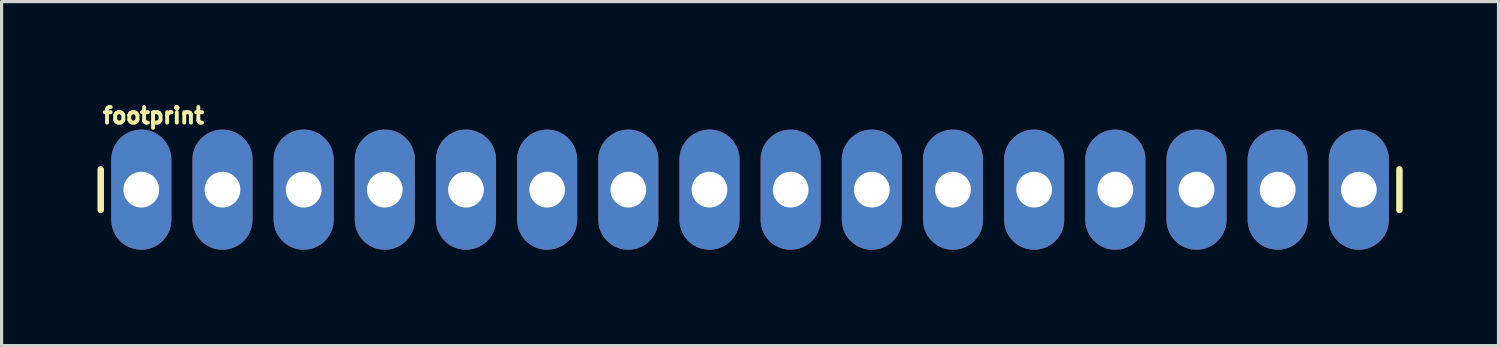
<source format=kicad_pcb>
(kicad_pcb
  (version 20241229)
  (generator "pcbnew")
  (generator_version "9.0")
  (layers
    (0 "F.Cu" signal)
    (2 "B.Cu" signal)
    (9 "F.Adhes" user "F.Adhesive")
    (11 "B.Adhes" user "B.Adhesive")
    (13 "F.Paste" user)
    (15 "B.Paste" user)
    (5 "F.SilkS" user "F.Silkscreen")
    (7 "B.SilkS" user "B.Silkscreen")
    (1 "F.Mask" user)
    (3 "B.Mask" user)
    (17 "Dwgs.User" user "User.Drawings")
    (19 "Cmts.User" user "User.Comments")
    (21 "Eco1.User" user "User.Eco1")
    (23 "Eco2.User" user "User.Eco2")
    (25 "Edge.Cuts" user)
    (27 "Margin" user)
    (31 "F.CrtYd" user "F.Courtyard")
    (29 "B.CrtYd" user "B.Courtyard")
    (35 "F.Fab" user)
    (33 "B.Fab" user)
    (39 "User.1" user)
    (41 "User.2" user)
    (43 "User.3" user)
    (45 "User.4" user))
  (footprint "footprint"
    (layer "F.Cu")
    (at 1.372 2.885)
    (property "Reference" "footprint" (at -1.27 -2.032 0) (layer "F.SilkS") (effects (font (size 0.488 0.488) (thickness 0.122)) (justify left bottom)))
    (fp_line (start -1.27 -0.635) (end -1.27 0.635) (stroke (width 0.203) (type solid)) (layer "F.SilkS"))
    (fp_line (start 39.37 -0.635) (end 39.37 0.635) (stroke (width 0.203) (type solid)) (layer "F.SilkS"))
    (fp_poly (pts (xy -0.254 0.254) (xy 0.254 0.254) (xy 0.254 -0.254) (xy -0.254 -0.254)) (stroke (width 0.1) (type solid)) (fill no) (layer "F.Fab"))
    (fp_poly (pts (xy 2.286 0.254) (xy 2.794 0.254) (xy 2.794 -0.254) (xy 2.286 -0.254)) (stroke (width 0.1) (type solid)) (fill no) (layer "F.Fab"))
    (fp_poly (pts (xy 4.826 0.254) (xy 5.334 0.254) (xy 5.334 -0.254) (xy 4.826 -0.254)) (stroke (width 0.1) (type solid)) (fill no) (layer "F.Fab"))
    (fp_poly (pts (xy 7.366 0.254) (xy 7.874 0.254) (xy 7.874 -0.254) (xy 7.366 -0.254)) (stroke (width 0.1) (type solid)) (fill no) (layer "F.Fab"))
    (fp_poly (pts (xy 9.906 0.254) (xy 10.414 0.254) (xy 10.414 -0.254) (xy 9.906 -0.254)) (stroke (width 0.1) (type solid)) (fill no) (layer "F.Fab"))
    (fp_poly (pts (xy 12.446 0.254) (xy 12.954 0.254) (xy 12.954 -0.254) (xy 12.446 -0.254)) (stroke (width 0.1) (type solid)) (fill no) (layer "F.Fab"))
    (fp_poly (pts (xy 14.986 0.254) (xy 15.494 0.254) (xy 15.494 -0.254) (xy 14.986 -0.254)) (stroke (width 0.1) (type solid)) (fill no) (layer "F.Fab"))
    (fp_poly (pts (xy 17.526 0.254) (xy 18.034 0.254) (xy 18.034 -0.254) (xy 17.526 -0.254)) (stroke (width 0.1) (type solid)) (fill no) (layer "F.Fab"))
    (fp_poly (pts (xy 20.066 0.254) (xy 20.574 0.254) (xy 20.574 -0.254) (xy 20.066 -0.254)) (stroke (width 0.1) (type solid)) (fill no) (layer "F.Fab"))
    (fp_poly (pts (xy 22.606 0.254) (xy 23.114 0.254) (xy 23.114 -0.254) (xy 22.606 -0.254)) (stroke (width 0.1) (type solid)) (fill no) (layer "F.Fab"))
    (fp_poly (pts (xy 25.146 0.254) (xy 25.654 0.254) (xy 25.654 -0.254) (xy 25.146 -0.254)) (stroke (width 0.1) (type solid)) (fill no) (layer "F.Fab"))
    (fp_poly (pts (xy 27.686 0.254) (xy 28.194 0.254) (xy 28.194 -0.254) (xy 27.686 -0.254)) (stroke (width 0.1) (type solid)) (fill no) (layer "F.Fab"))
    (fp_poly (pts (xy 30.226 0.254) (xy 30.734 0.254) (xy 30.734 -0.254) (xy 30.226 -0.254)) (stroke (width 0.1) (type solid)) (fill no) (layer "F.Fab"))
    (fp_poly (pts (xy 32.766 0.254) (xy 33.274 0.254) (xy 33.274 -0.254) (xy 32.766 -0.254)) (stroke (width 0.1) (type solid)) (fill no) (layer "F.Fab"))
    (fp_poly (pts (xy 35.306 0.254) (xy 35.814 0.254) (xy 35.814 -0.254) (xy 35.306 -0.254)) (stroke (width 0.1) (type solid)) (fill no) (layer "F.Fab"))
    (fp_poly (pts (xy 37.846 0.254) (xy 38.354 0.254) (xy 38.354 -0.254) (xy 37.846 -0.254)) (stroke (width 0.1) (type solid)) (fill no) (layer "F.Fab"))
    (pad "1" thru_hole oval (at 0 0 90) (size 3.759 1.88) (drill 1.118) (layers "*.Cu" "*.Mask"))
    (pad "2" thru_hole oval (at 2.54 0 90) (size 3.759 1.88) (drill 1.118) (layers "*.Cu" "*.Mask"))
    (pad "3" thru_hole oval (at 5.08 0 90) (size 3.759 1.88) (drill 1.118) (layers "*.Cu" "*.Mask"))
    (pad "4" thru_hole oval (at 7.62 0 90) (size 3.759 1.88) (drill 1.118) (layers "*.Cu" "*.Mask"))
    (pad "5" thru_hole oval (at 10.16 0 90) (size 3.759 1.88) (drill 1.118) (layers "*.Cu" "*.Mask"))
    (pad "6" thru_hole oval (at 12.7 0 90) (size 3.759 1.88) (drill 1.118) (layers "*.Cu" "*.Mask"))
    (pad "7" thru_hole oval (at 15.24 0 90) (size 3.759 1.88) (drill 1.118) (layers "*.Cu" "*.Mask"))
    (pad "8" thru_hole oval (at 17.78 0 90) (size 3.759 1.88) (drill 1.118) (layers "*.Cu" "*.Mask"))
    (pad "9" thru_hole oval (at 20.32 0 90) (size 3.759 1.88) (drill 1.118) (layers "*.Cu" "*.Mask"))
    (pad "10" thru_hole oval (at 22.86 0 90) (size 3.759 1.88) (drill 1.118) (layers "*.Cu" "*.Mask"))
    (pad "11" thru_hole oval (at 25.4 0 90) (size 3.759 1.88) (drill 1.118) (layers "*.Cu" "*.Mask"))
    (pad "12" thru_hole oval (at 27.94 0 90) (size 3.759 1.88) (drill 1.118) (layers "*.Cu" "*.Mask"))
    (pad "13" thru_hole oval (at 30.48 0 90) (size 3.759 1.88) (drill 1.118) (layers "*.Cu" "*.Mask"))
    (pad "14" thru_hole oval (at 33.02 0 90) (size 3.759 1.88) (drill 1.118) (layers "*.Cu" "*.Mask"))
    (pad "15" thru_hole oval (at 35.56 0 90) (size 3.759 1.88) (drill 1.118) (layers "*.Cu" "*.Mask"))
    (pad "16" thru_hole oval (at 38.1 0 90) (size 3.759 1.88) (drill 1.118) (layers "*.Cu" "*.Mask")))
  (gr_rect
    (start -3 -3)
    (end 43.843 7.765)
    (stroke (width 0.1) (type default))
    (fill no)
    (layer "Edge.Cuts")))
</source>
